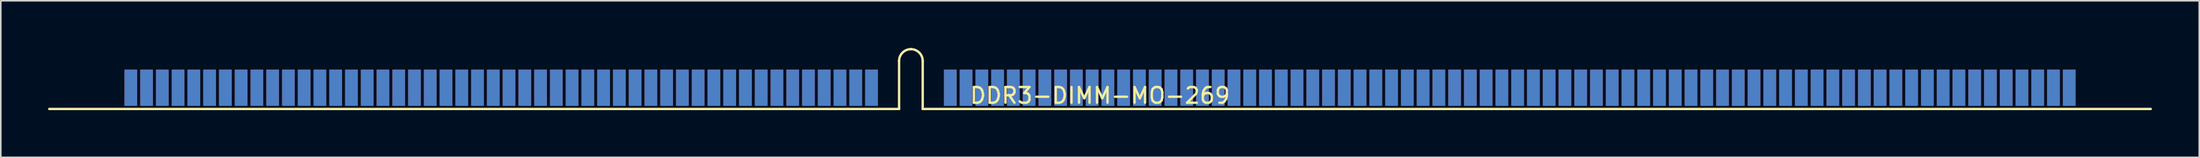
<source format=kicad_pcb>
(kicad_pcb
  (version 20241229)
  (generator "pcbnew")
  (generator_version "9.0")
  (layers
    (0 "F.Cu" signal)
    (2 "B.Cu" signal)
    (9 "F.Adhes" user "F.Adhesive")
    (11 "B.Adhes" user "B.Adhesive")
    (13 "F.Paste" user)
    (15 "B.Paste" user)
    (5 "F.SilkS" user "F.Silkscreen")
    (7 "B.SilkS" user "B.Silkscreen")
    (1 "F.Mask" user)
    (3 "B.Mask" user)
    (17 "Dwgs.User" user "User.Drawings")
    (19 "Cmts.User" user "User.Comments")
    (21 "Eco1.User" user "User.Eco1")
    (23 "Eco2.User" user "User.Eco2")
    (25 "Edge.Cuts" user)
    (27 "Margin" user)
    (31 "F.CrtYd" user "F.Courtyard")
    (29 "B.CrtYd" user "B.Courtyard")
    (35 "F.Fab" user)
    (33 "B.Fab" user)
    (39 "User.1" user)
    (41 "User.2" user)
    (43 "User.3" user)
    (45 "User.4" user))
  (footprint "DDR3-DIMM-MO-269"
    (layer "F.Cu")
    (at 66.75 2.525)
    (property "Reference" "DDR3-DIMM-MO-269" (at 0 0.5 0) (layer "F.SilkS") (effects (font (size 1 1) (thickness 0.15))))
    (attr through_hole)
    (fp_line (start -12.75 1.35) (end -66.675 1.35) (stroke (width 0.15) (type solid)) (layer "F.SilkS"))
    (fp_line (start -12.75 1.35) (end -12.75 -1.7) (stroke (width 0.15) (type solid)) (layer "F.SilkS"))
    (fp_line (start -11.25 1.35) (end -11.25 -1.7) (stroke (width 0.15) (type solid)) (layer "F.SilkS"))
    (fp_line (start -11.25 1.35) (end 0 1.35) (stroke (width 0.15) (type solid)) (layer "F.SilkS"))
    (fp_line (start 0 1.35) (end 66.675 1.35) (stroke (width 0.15) (type solid)) (layer "F.SilkS"))
    (fp_arc (start -12.75 -1.7) (mid -12.53033 -2.23033) (end -12 -2.45) (stroke (width 0.15) (type solid)) (layer "F.SilkS"))
    (fp_arc (start -12 -2.45) (mid -11.46967 -2.23033) (end -11.25 -1.7) (stroke (width 0.15) (type solid)) (layer "F.SilkS"))
    (pad "1" smd rect (at -61.5 0) (size 0.8 2.3) (layers "F.Cu" "F.Mask" "F.Paste"))
    (pad "2" smd rect (at -60.5 0) (size 0.8 2.3) (layers "F.Cu" "F.Mask" "F.Paste"))
    (pad "3" smd rect (at -59.5 0) (size 0.8 2.3) (layers "F.Cu" "F.Mask" "F.Paste"))
    (pad "4" smd rect (at -58.5 0) (size 0.8 2.3) (layers "F.Cu" "F.Mask" "F.Paste"))
    (pad "5" smd rect (at -57.5 0) (size 0.8 2.3) (layers "F.Cu" "F.Mask" "F.Paste"))
    (pad "6" smd rect (at -56.5 0) (size 0.8 2.3) (layers "F.Cu" "F.Mask" "F.Paste"))
    (pad "7" smd rect (at -55.5 0) (size 0.8 2.3) (layers "F.Cu" "F.Mask" "F.Paste"))
    (pad "8" smd rect (at -54.5 0) (size 0.8 2.3) (layers "F.Cu" "F.Mask" "F.Paste"))
    (pad "9" smd rect (at -53.5 0) (size 0.8 2.3) (layers "F.Cu" "F.Mask" "F.Paste"))
    (pad "10" smd rect (at -52.5 0) (size 0.8 2.3) (layers "F.Cu" "F.Mask" "F.Paste"))
    (pad "11" smd rect (at -51.5 0) (size 0.8 2.3) (layers "F.Cu" "F.Mask" "F.Paste"))
    (pad "12" smd rect (at -50.5 0) (size 0.8 2.3) (layers "F.Cu" "F.Mask" "F.Paste"))
    (pad "13" smd rect (at -49.5 0) (size 0.8 2.3) (layers "F.Cu" "F.Mask" "F.Paste"))
    (pad "14" smd rect (at -48.5 0) (size 0.8 2.3) (layers "F.Cu" "F.Mask" "F.Paste"))
    (pad "15" smd rect (at -47.5 0) (size 0.8 2.3) (layers "F.Cu" "F.Mask" "F.Paste"))
    (pad "16" smd rect (at -46.5 0) (size 0.8 2.3) (layers "F.Cu" "F.Mask" "F.Paste"))
    (pad "17" smd rect (at -45.5 0) (size 0.8 2.3) (layers "F.Cu" "F.Mask" "F.Paste"))
    (pad "18" smd rect (at -44.5 0) (size 0.8 2.3) (layers "F.Cu" "F.Mask" "F.Paste"))
    (pad "19" smd rect (at -43.5 0) (size 0.8 2.3) (layers "F.Cu" "F.Mask" "F.Paste"))
    (pad "20" smd rect (at -42.5 0) (size 0.8 2.3) (layers "F.Cu" "F.Mask" "F.Paste"))
    (pad "21" smd rect (at -41.5 0) (size 0.8 2.3) (layers "F.Cu" "F.Mask" "F.Paste"))
    (pad "22" smd rect (at -40.5 0) (size 0.8 2.3) (layers "F.Cu" "F.Mask" "F.Paste"))
    (pad "23" smd rect (at -39.5 0) (size 0.8 2.3) (layers "F.Cu" "F.Mask" "F.Paste"))
    (pad "24" smd rect (at -38.5 0) (size 0.8 2.3) (layers "F.Cu" "F.Mask" "F.Paste"))
    (pad "25" smd rect (at -37.5 0) (size 0.8 2.3) (layers "F.Cu" "F.Mask" "F.Paste"))
    (pad "26" smd rect (at -36.5 0) (size 0.8 2.3) (layers "F.Cu" "F.Mask" "F.Paste"))
    (pad "27" smd rect (at -35.5 0) (size 0.8 2.3) (layers "F.Cu" "F.Mask" "F.Paste"))
    (pad "28" smd rect (at -34.5 0) (size 0.8 2.3) (layers "F.Cu" "F.Mask" "F.Paste"))
    (pad "29" smd rect (at -33.5 0) (size 0.8 2.3) (layers "F.Cu" "F.Mask" "F.Paste"))
    (pad "30" smd rect (at -32.5 0) (size 0.8 2.3) (layers "F.Cu" "F.Mask" "F.Paste"))
    (pad "31" smd rect (at -31.5 0) (size 0.8 2.3) (layers "F.Cu" "F.Mask" "F.Paste"))
    (pad "32" smd rect (at -30.5 0) (size 0.8 2.3) (layers "F.Cu" "F.Mask" "F.Paste"))
    (pad "33" smd rect (at -29.5 0) (size 0.8 2.3) (layers "F.Cu" "F.Mask" "F.Paste"))
    (pad "34" smd rect (at -28.5 0) (size 0.8 2.3) (layers "F.Cu" "F.Mask" "F.Paste"))
    (pad "35" smd rect (at -27.5 0) (size 0.8 2.3) (layers "F.Cu" "F.Mask" "F.Paste"))
    (pad "36" smd rect (at -26.5 0) (size 0.8 2.3) (layers "F.Cu" "F.Mask" "F.Paste"))
    (pad "37" smd rect (at -25.5 0) (size 0.8 2.3) (layers "F.Cu" "F.Mask" "F.Paste"))
    (pad "38" smd rect (at -24.5 0) (size 0.8 2.3) (layers "F.Cu" "F.Mask" "F.Paste"))
    (pad "39" smd rect (at -23.5 0) (size 0.8 2.3) (layers "F.Cu" "F.Mask" "F.Paste"))
    (pad "40" smd rect (at -22.5 0) (size 0.8 2.3) (layers "F.Cu" "F.Mask" "F.Paste"))
    (pad "41" smd rect (at -21.5 0) (size 0.8 2.3) (layers "F.Cu" "F.Mask" "F.Paste"))
    (pad "42" smd rect (at -20.5 0) (size 0.8 2.3) (layers "F.Cu" "F.Mask" "F.Paste"))
    (pad "43" smd rect (at -19.5 0) (size 0.8 2.3) (layers "F.Cu" "F.Mask" "F.Paste"))
    (pad "44" smd rect (at -18.5 0) (size 0.8 2.3) (layers "F.Cu" "F.Mask" "F.Paste"))
    (pad "45" smd rect (at -17.5 0) (size 0.8 2.3) (layers "F.Cu" "F.Mask" "F.Paste"))
    (pad "46" smd rect (at -16.5 0) (size 0.8 2.3) (layers "F.Cu" "F.Mask" "F.Paste"))
    (pad "47" smd rect (at -15.5 0) (size 0.8 2.3) (layers "F.Cu" "F.Mask" "F.Paste"))
    (pad "48" smd rect (at -14.5 0) (size 0.8 2.3) (layers "F.Cu" "F.Mask" "F.Paste"))
    (pad "49" smd rect (at -9.5 0) (size 0.8 2.3) (layers "F.Cu" "F.Mask" "F.Paste"))
    (pad "50" smd rect (at -8.5 0) (size 0.8 2.3) (layers "F.Cu" "F.Mask" "F.Paste"))
    (pad "51" smd rect (at -7.5 0) (size 0.8 2.3) (layers "F.Cu" "F.Mask" "F.Paste"))
    (pad "52" smd rect (at -6.5 0) (size 0.8 2.3) (layers "F.Cu" "F.Mask" "F.Paste"))
    (pad "53" smd rect (at -5.5 0) (size 0.8 2.3) (layers "F.Cu" "F.Mask" "F.Paste"))
    (pad "54" smd rect (at -4.5 0) (size 0.8 2.3) (layers "F.Cu" "F.Mask" "F.Paste"))
    (pad "55" smd rect (at -3.5 0) (size 0.8 2.3) (layers "F.Cu" "F.Mask" "F.Paste"))
    (pad "56" smd rect (at -2.5 0) (size 0.8 2.3) (layers "F.Cu" "F.Mask" "F.Paste"))
    (pad "57" smd rect (at -1.5 0) (size 0.8 2.3) (layers "F.Cu" "F.Mask" "F.Paste"))
    (pad "58" smd rect (at -0.5 0) (size 0.8 2.3) (layers "F.Cu" "F.Mask" "F.Paste"))
    (pad "59" smd rect (at 0.5 0) (size 0.8 2.3) (layers "F.Cu" "F.Mask" "F.Paste"))
    (pad "60" smd rect (at 1.5 0) (size 0.8 2.3) (layers "F.Cu" "F.Mask" "F.Paste"))
    (pad "61" smd rect (at 2.5 0) (size 0.8 2.3) (layers "F.Cu" "F.Mask" "F.Paste"))
    (pad "62" smd rect (at 3.5 0) (size 0.8 2.3) (layers "F.Cu" "F.Mask" "F.Paste"))
    (pad "63" smd rect (at 4.5 0) (size 0.8 2.3) (layers "F.Cu" "F.Mask" "F.Paste"))
    (pad "64" smd rect (at 5.5 0) (size 0.8 2.3) (layers "F.Cu" "F.Mask" "F.Paste"))
    (pad "65" smd rect (at 6.5 0) (size 0.8 2.3) (layers "F.Cu" "F.Mask" "F.Paste"))
    (pad "66" smd rect (at 7.5 0) (size 0.8 2.3) (layers "F.Cu" "F.Mask" "F.Paste"))
    (pad "67" smd rect (at 8.5 0) (size 0.8 2.3) (layers "F.Cu" "F.Mask" "F.Paste"))
    (pad "68" smd rect (at 9.5 0) (size 0.8 2.3) (layers "F.Cu" "F.Mask" "F.Paste"))
    (pad "69" smd rect (at 10.5 0) (size 0.8 2.3) (layers "F.Cu" "F.Mask" "F.Paste"))
    (pad "70" smd rect (at 11.5 0) (size 0.8 2.3) (layers "F.Cu" "F.Mask" "F.Paste"))
    (pad "71" smd rect (at 12.5 0) (size 0.8 2.3) (layers "F.Cu" "F.Mask" "F.Paste"))
    (pad "72" smd rect (at 13.5 0) (size 0.8 2.3) (layers "F.Cu" "F.Mask" "F.Paste"))
    (pad "73" smd rect (at 14.5 0) (size 0.8 2.3) (layers "F.Cu" "F.Mask" "F.Paste"))
    (pad "74" smd rect (at 15.5 0) (size 0.8 2.3) (layers "F.Cu" "F.Mask" "F.Paste"))
    (pad "75" smd rect (at 16.5 0) (size 0.8 2.3) (layers "F.Cu" "F.Mask" "F.Paste"))
    (pad "76" smd rect (at 17.5 0) (size 0.8 2.3) (layers "F.Cu" "F.Mask" "F.Paste"))
    (pad "77" smd rect (at 18.5 0) (size 0.8 2.3) (layers "F.Cu" "F.Mask" "F.Paste"))
    (pad "78" smd rect (at 19.5 0) (size 0.8 2.3) (layers "F.Cu" "F.Mask" "F.Paste"))
    (pad "79" smd rect (at 20.5 0) (size 0.8 2.3) (layers "F.Cu" "F.Mask" "F.Paste"))
    (pad "80" smd rect (at 21.5 0) (size 0.8 2.3) (layers "F.Cu" "F.Mask" "F.Paste"))
    (pad "81" smd rect (at 22.5 0) (size 0.8 2.3) (layers "F.Cu" "F.Mask" "F.Paste"))
    (pad "82" smd rect (at 23.5 0) (size 0.8 2.3) (layers "F.Cu" "F.Mask" "F.Paste"))
    (pad "83" smd rect (at 24.5 0) (size 0.8 2.3) (layers "F.Cu" "F.Mask" "F.Paste"))
    (pad "84" smd rect (at 25.5 0) (size 0.8 2.3) (layers "F.Cu" "F.Mask" "F.Paste"))
    (pad "85" smd rect (at 26.5 0) (size 0.8 2.3) (layers "F.Cu" "F.Mask" "F.Paste"))
    (pad "86" smd rect (at 27.5 0) (size 0.8 2.3) (layers "F.Cu" "F.Mask" "F.Paste"))
    (pad "87" smd rect (at 28.5 0) (size 0.8 2.3) (layers "F.Cu" "F.Mask" "F.Paste"))
    (pad "88" smd rect (at 29.5 0) (size 0.8 2.3) (layers "F.Cu" "F.Mask" "F.Paste"))
    (pad "89" smd rect (at 30.5 0) (size 0.8 2.3) (layers "F.Cu" "F.Mask" "F.Paste"))
    (pad "90" smd rect (at 31.5 0) (size 0.8 2.3) (layers "F.Cu" "F.Mask" "F.Paste"))
    (pad "91" smd rect (at 32.5 0) (size 0.8 2.3) (layers "F.Cu" "F.Mask" "F.Paste"))
    (pad "92" smd rect (at 33.5 0) (size 0.8 2.3) (layers "F.Cu" "F.Mask" "F.Paste"))
    (pad "93" smd rect (at 34.5 0) (size 0.8 2.3) (layers "F.Cu" "F.Mask" "F.Paste"))
    (pad "94" smd rect (at 35.5 0) (size 0.8 2.3) (layers "F.Cu" "F.Mask" "F.Paste"))
    (pad "95" smd rect (at 36.5 0) (size 0.8 2.3) (layers "F.Cu" "F.Mask" "F.Paste"))
    (pad "96" smd rect (at 37.5 0) (size 0.8 2.3) (layers "F.Cu" "F.Mask" "F.Paste"))
    (pad "97" smd rect (at 38.5 0) (size 0.8 2.3) (layers "F.Cu" "F.Mask" "F.Paste"))
    (pad "98" smd rect (at 39.5 0) (size 0.8 2.3) (layers "F.Cu" "F.Mask" "F.Paste"))
    (pad "99" smd rect (at 40.5 0) (size 0.8 2.3) (layers "F.Cu" "F.Mask" "F.Paste"))
    (pad "100" smd rect (at 41.5 0) (size 0.8 2.3) (layers "F.Cu" "F.Mask" "F.Paste"))
    (pad "101" smd rect (at 42.5 0) (size 0.8 2.3) (layers "F.Cu" "F.Mask" "F.Paste"))
    (pad "102" smd rect (at 43.5 0) (size 0.8 2.3) (layers "F.Cu" "F.Mask" "F.Paste"))
    (pad "103" smd rect (at 44.5 0) (size 0.8 2.3) (layers "F.Cu" "F.Mask" "F.Paste"))
    (pad "104" smd rect (at 45.5 0) (size 0.8 2.3) (layers "F.Cu" "F.Mask" "F.Paste"))
    (pad "105" smd rect (at 46.5 0) (size 0.8 2.3) (layers "F.Cu" "F.Mask" "F.Paste"))
    (pad "106" smd rect (at 47.5 0) (size 0.8 2.3) (layers "F.Cu" "F.Mask" "F.Paste"))
    (pad "107" smd rect (at 48.5 0) (size 0.8 2.3) (layers "F.Cu" "F.Mask" "F.Paste"))
    (pad "108" smd rect (at 49.5 0) (size 0.8 2.3) (layers "F.Cu" "F.Mask" "F.Paste"))
    (pad "109" smd rect (at 50.5 0) (size 0.8 2.3) (layers "F.Cu" "F.Mask" "F.Paste"))
    (pad "110" smd rect (at 51.5 0) (size 0.8 2.3) (layers "F.Cu" "F.Mask" "F.Paste"))
    (pad "111" smd rect (at 52.5 0) (size 0.8 2.3) (layers "F.Cu" "F.Mask" "F.Paste"))
    (pad "112" smd rect (at 53.5 0) (size 0.8 2.3) (layers "F.Cu" "F.Mask" "F.Paste"))
    (pad "113" smd rect (at 54.5 0) (size 0.8 2.3) (layers "F.Cu" "F.Mask" "F.Paste"))
    (pad "114" smd rect (at 55.5 0) (size 0.8 2.3) (layers "F.Cu" "F.Mask" "F.Paste"))
    (pad "115" smd rect (at 56.5 0) (size 0.8 2.3) (layers "F.Cu" "F.Mask" "F.Paste"))
    (pad "116" smd rect (at 57.5 0) (size 0.8 2.3) (layers "F.Cu" "F.Mask" "F.Paste"))
    (pad "117" smd rect (at 58.5 0) (size 0.8 2.3) (layers "F.Cu" "F.Mask" "F.Paste"))
    (pad "118" smd rect (at 59.5 0) (size 0.8 2.3) (layers "F.Cu" "F.Mask" "F.Paste"))
    (pad "119" smd rect (at 60.5 0) (size 0.8 2.3) (layers "F.Cu" "F.Mask" "F.Paste"))
    (pad "120" smd rect (at 61.5 0) (size 0.8 2.3) (layers "F.Cu" "F.Mask" "F.Paste"))
    (pad "121" smd rect (at -61.5 0) (size 0.8 2.3) (layers "F.Mask" "B.Cu" "F.Paste"))
    (pad "122" smd rect (at -60.5 0) (size 0.8 2.3) (layers "F.Mask" "B.Cu" "F.Paste"))
    (pad "123" smd rect (at -59.5 0) (size 0.8 2.3) (layers "F.Mask" "B.Cu" "F.Paste"))
    (pad "124" smd rect (at -58.5 0) (size 0.8 2.3) (layers "F.Mask" "B.Cu" "F.Paste"))
    (pad "125" smd rect (at -57.5 0) (size 0.8 2.3) (layers "F.Mask" "B.Cu" "F.Paste"))
    (pad "126" smd rect (at -56.5 0) (size 0.8 2.3) (layers "F.Mask" "B.Cu" "F.Paste"))
    (pad "127" smd rect (at -55.5 0) (size 0.8 2.3) (layers "F.Mask" "B.Cu" "F.Paste"))
    (pad "128" smd rect (at -54.5 0) (size 0.8 2.3) (layers "F.Mask" "B.Cu" "F.Paste"))
    (pad "129" smd rect (at -53.5 0) (size 0.8 2.3) (layers "F.Mask" "B.Cu" "F.Paste"))
    (pad "130" smd rect (at -52.5 0) (size 0.8 2.3) (layers "F.Mask" "B.Cu" "F.Paste"))
    (pad "131" smd rect (at -51.5 0) (size 0.8 2.3) (layers "F.Mask" "B.Cu" "F.Paste"))
    (pad "132" smd rect (at -50.5 0) (size 0.8 2.3) (layers "F.Mask" "B.Cu" "F.Paste"))
    (pad "133" smd rect (at -49.5 0) (size 0.8 2.3) (layers "F.Mask" "B.Cu" "F.Paste"))
    (pad "134" smd rect (at -48.5 0) (size 0.8 2.3) (layers "F.Mask" "B.Cu" "F.Paste"))
    (pad "135" smd rect (at -47.5 0) (size 0.8 2.3) (layers "F.Mask" "B.Cu" "F.Paste"))
    (pad "136" smd rect (at -46.5 0) (size 0.8 2.3) (layers "F.Mask" "B.Cu" "F.Paste"))
    (pad "137" smd rect (at -45.5 0) (size 0.8 2.3) (layers "F.Mask" "B.Cu" "F.Paste"))
    (pad "138" smd rect (at -44.5 0) (size 0.8 2.3) (layers "F.Mask" "B.Cu" "F.Paste"))
    (pad "139" smd rect (at -43.5 0) (size 0.8 2.3) (layers "F.Mask" "B.Cu" "F.Paste"))
    (pad "140" smd rect (at -42.5 0) (size 0.8 2.3) (layers "F.Mask" "B.Cu" "F.Paste"))
    (pad "141" smd rect (at -41.5 0) (size 0.8 2.3) (layers "F.Mask" "B.Cu" "F.Paste"))
    (pad "142" smd rect (at -40.5 0) (size 0.8 2.3) (layers "F.Mask" "B.Cu" "F.Paste"))
    (pad "143" smd rect (at -39.5 0) (size 0.8 2.3) (layers "F.Mask" "B.Cu" "F.Paste"))
    (pad "144" smd rect (at -38.5 0) (size 0.8 2.3) (layers "F.Mask" "B.Cu" "F.Paste"))
    (pad "145" smd rect (at -37.5 0) (size 0.8 2.3) (layers "F.Mask" "B.Cu" "F.Paste"))
    (pad "146" smd rect (at -36.5 0) (size 0.8 2.3) (layers "F.Mask" "B.Cu" "F.Paste"))
    (pad "147" smd rect (at -35.5 0) (size 0.8 2.3) (layers "F.Mask" "B.Cu" "F.Paste"))
    (pad "148" smd rect (at -34.5 0) (size 0.8 2.3) (layers "F.Mask" "B.Cu" "F.Paste"))
    (pad "149" smd rect (at -33.5 0) (size 0.8 2.3) (layers "F.Mask" "B.Cu" "F.Paste"))
    (pad "150" smd rect (at -32.5 0) (size 0.8 2.3) (layers "F.Mask" "B.Cu" "F.Paste"))
    (pad "151" smd rect (at -31.5 0) (size 0.8 2.3) (layers "F.Mask" "B.Cu" "F.Paste"))
    (pad "152" smd rect (at -30.5 0) (size 0.8 2.3) (layers "F.Mask" "B.Cu" "F.Paste"))
    (pad "153" smd rect (at -29.5 0) (size 0.8 2.3) (layers "F.Mask" "B.Cu" "F.Paste"))
    (pad "154" smd rect (at -28.5 0) (size 0.8 2.3) (layers "F.Mask" "B.Cu" "F.Paste"))
    (pad "155" smd rect (at -27.5 0) (size 0.8 2.3) (layers "F.Mask" "B.Cu" "F.Paste"))
    (pad "156" smd rect (at -26.5 0) (size 0.8 2.3) (layers "F.Mask" "B.Cu" "F.Paste"))
    (pad "157" smd rect (at -25.5 0) (size 0.8 2.3) (layers "F.Mask" "B.Cu" "F.Paste"))
    (pad "158" smd rect (at -24.5 0) (size 0.8 2.3) (layers "F.Mask" "B.Cu" "F.Paste"))
    (pad "159" smd rect (at -23.5 0) (size 0.8 2.3) (layers "F.Mask" "B.Cu" "F.Paste"))
    (pad "160" smd rect (at -22.5 0) (size 0.8 2.3) (layers "F.Mask" "B.Cu" "F.Paste"))
    (pad "161" smd rect (at -21.5 0) (size 0.8 2.3) (layers "F.Mask" "B.Cu" "F.Paste"))
    (pad "162" smd rect (at -20.5 0) (size 0.8 2.3) (layers "F.Mask" "B.Cu" "F.Paste"))
    (pad "163" smd rect (at -19.5 0) (size 0.8 2.3) (layers "F.Mask" "B.Cu" "F.Paste"))
    (pad "164" smd rect (at -18.5 0) (size 0.8 2.3) (layers "F.Mask" "B.Cu" "F.Paste"))
    (pad "165" smd rect (at -17.5 0) (size 0.8 2.3) (layers "F.Mask" "B.Cu" "F.Paste"))
    (pad "166" smd rect (at -16.5 0) (size 0.8 2.3) (layers "F.Mask" "B.Cu" "F.Paste"))
    (pad "167" smd rect (at -15.5 0) (size 0.8 2.3) (layers "F.Mask" "B.Cu" "F.Paste"))
    (pad "168" smd rect (at -14.5 0) (size 0.8 2.3) (layers "F.Mask" "B.Cu" "F.Paste"))
    (pad "169" smd rect (at -9.5 0) (size 0.8 2.3) (layers "F.Mask" "B.Cu" "F.Paste"))
    (pad "170" smd rect (at -8.5 0) (size 0.8 2.3) (layers "F.Mask" "B.Cu" "F.Paste"))
    (pad "171" smd rect (at -7.5 0) (size 0.8 2.3) (layers "F.Mask" "B.Cu" "F.Paste"))
    (pad "172" smd rect (at -6.5 0) (size 0.8 2.3) (layers "F.Mask" "B.Cu" "F.Paste"))
    (pad "173" smd rect (at -5.5 0) (size 0.8 2.3) (layers "F.Mask" "B.Cu" "F.Paste"))
    (pad "174" smd rect (at -4.5 0) (size 0.8 2.3) (layers "F.Mask" "B.Cu" "F.Paste"))
    (pad "175" smd rect (at -3.5 0) (size 0.8 2.3) (layers "F.Mask" "B.Cu" "F.Paste"))
    (pad "176" smd rect (at -2.5 0) (size 0.8 2.3) (layers "F.Mask" "B.Cu" "F.Paste"))
    (pad "177" smd rect (at -1.5 0) (size 0.8 2.3) (layers "F.Mask" "B.Cu" "F.Paste"))
    (pad "178" smd rect (at -0.5 0) (size 0.8 2.3) (layers "F.Mask" "B.Cu" "F.Paste"))
    (pad "179" smd rect (at 0.5 0) (size 0.8 2.3) (layers "F.Mask" "B.Cu" "F.Paste"))
    (pad "180" smd rect (at 1.5 0) (size 0.8 2.3) (layers "F.Mask" "B.Cu" "F.Paste"))
    (pad "181" smd rect (at 2.5 0) (size 0.8 2.3) (layers "F.Mask" "B.Cu" "F.Paste"))
    (pad "182" smd rect (at 3.5 0) (size 0.8 2.3) (layers "F.Mask" "B.Cu" "F.Paste"))
    (pad "183" smd rect (at 4.5 0) (size 0.8 2.3) (layers "F.Mask" "B.Cu" "F.Paste"))
    (pad "184" smd rect (at 5.5 0) (size 0.8 2.3) (layers "F.Mask" "B.Cu" "F.Paste"))
    (pad "185" smd rect (at 6.5 0) (size 0.8 2.3) (layers "F.Mask" "B.Cu" "F.Paste"))
    (pad "186" smd rect (at 7.5 0) (size 0.8 2.3) (layers "F.Mask" "B.Cu" "F.Paste"))
    (pad "187" smd rect (at 8.5 0) (size 0.8 2.3) (layers "F.Mask" "B.Cu" "F.Paste"))
    (pad "188" smd rect (at 9.5 0) (size 0.8 2.3) (layers "F.Mask" "B.Cu" "F.Paste"))
    (pad "189" smd rect (at 10.5 0) (size 0.8 2.3) (layers "F.Mask" "B.Cu" "F.Paste"))
    (pad "190" smd rect (at 11.5 0) (size 0.8 2.3) (layers "F.Mask" "B.Cu" "F.Paste"))
    (pad "191" smd rect (at 12.5 0) (size 0.8 2.3) (layers "F.Mask" "B.Cu" "F.Paste"))
    (pad "192" smd rect (at 13.5 0) (size 0.8 2.3) (layers "F.Mask" "B.Cu" "F.Paste"))
    (pad "193" smd rect (at 14.5 0) (size 0.8 2.3) (layers "F.Mask" "B.Cu" "F.Paste"))
    (pad "194" smd rect (at 15.5 0) (size 0.8 2.3) (layers "F.Mask" "B.Cu" "F.Paste"))
    (pad "195" smd rect (at 16.5 0) (size 0.8 2.3) (layers "F.Mask" "B.Cu" "F.Paste"))
    (pad "196" smd rect (at 17.5 0) (size 0.8 2.3) (layers "F.Mask" "B.Cu" "F.Paste"))
    (pad "197" smd rect (at 18.5 0) (size 0.8 2.3) (layers "F.Mask" "B.Cu" "F.Paste"))
    (pad "198" smd rect (at 19.5 0) (size 0.8 2.3) (layers "F.Mask" "B.Cu" "F.Paste"))
    (pad "199" smd rect (at 20.5 0) (size 0.8 2.3) (layers "F.Mask" "B.Cu" "F.Paste"))
    (pad "200" smd rect (at 21.5 0) (size 0.8 2.3) (layers "F.Mask" "B.Cu" "F.Paste"))
    (pad "201" smd rect (at 22.5 0) (size 0.8 2.3) (layers "F.Mask" "B.Cu" "F.Paste"))
    (pad "202" smd rect (at 23.5 0) (size 0.8 2.3) (layers "F.Mask" "B.Cu" "F.Paste"))
    (pad "203" smd rect (at 24.5 0) (size 0.8 2.3) (layers "F.Mask" "B.Cu" "F.Paste"))
    (pad "204" smd rect (at 25.5 0) (size 0.8 2.3) (layers "F.Mask" "B.Cu" "F.Paste"))
    (pad "205" smd rect (at 26.5 0) (size 0.8 2.3) (layers "F.Mask" "B.Cu" "F.Paste"))
    (pad "206" smd rect (at 27.5 0) (size 0.8 2.3) (layers "F.Mask" "B.Cu" "F.Paste"))
    (pad "207" smd rect (at 28.5 0) (size 0.8 2.3) (layers "F.Mask" "B.Cu" "F.Paste"))
    (pad "208" smd rect (at 29.5 0) (size 0.8 2.3) (layers "F.Mask" "B.Cu" "F.Paste"))
    (pad "209" smd rect (at 30.5 0) (size 0.8 2.3) (layers "F.Mask" "B.Cu" "F.Paste"))
    (pad "210" smd rect (at 31.5 0) (size 0.8 2.3) (layers "F.Mask" "B.Cu" "F.Paste"))
    (pad "211" smd rect (at 32.5 0) (size 0.8 2.3) (layers "F.Mask" "B.Cu" "F.Paste"))
    (pad "212" smd rect (at 33.5 0) (size 0.8 2.3) (layers "F.Mask" "B.Cu" "F.Paste"))
    (pad "213" smd rect (at 34.5 0) (size 0.8 2.3) (layers "F.Mask" "B.Cu" "F.Paste"))
    (pad "214" smd rect (at 35.5 0) (size 0.8 2.3) (layers "F.Mask" "B.Cu" "F.Paste"))
    (pad "215" smd rect (at 36.5 0) (size 0.8 2.3) (layers "F.Mask" "B.Cu" "F.Paste"))
    (pad "216" smd rect (at 37.5 0) (size 0.8 2.3) (layers "F.Mask" "B.Cu" "F.Paste"))
    (pad "217" smd rect (at 38.5 0) (size 0.8 2.3) (layers "F.Mask" "B.Cu" "F.Paste"))
    (pad "218" smd rect (at 39.5 0) (size 0.8 2.3) (layers "F.Mask" "B.Cu" "F.Paste"))
    (pad "219" smd rect (at 40.5 0) (size 0.8 2.3) (layers "F.Mask" "B.Cu" "F.Paste"))
    (pad "220" smd rect (at 41.5 0) (size 0.8 2.3) (layers "F.Mask" "B.Cu" "F.Paste"))
    (pad "221" smd rect (at 42.5 0) (size 0.8 2.3) (layers "F.Mask" "B.Cu" "F.Paste"))
    (pad "222" smd rect (at 43.5 0) (size 0.8 2.3) (layers "F.Mask" "B.Cu" "F.Paste"))
    (pad "223" smd rect (at 44.5 0) (size 0.8 2.3) (layers "F.Mask" "B.Cu" "F.Paste"))
    (pad "224" smd rect (at 45.5 0) (size 0.8 2.3) (layers "F.Mask" "B.Cu" "F.Paste"))
    (pad "225" smd rect (at 46.5 0) (size 0.8 2.3) (layers "F.Mask" "B.Cu" "F.Paste"))
    (pad "226" smd rect (at 47.5 0) (size 0.8 2.3) (layers "F.Mask" "B.Cu" "F.Paste"))
    (pad "227" smd rect (at 48.5 0) (size 0.8 2.3) (layers "F.Mask" "B.Cu" "F.Paste"))
    (pad "228" smd rect (at 49.5 0) (size 0.8 2.3) (layers "F.Mask" "B.Cu" "F.Paste"))
    (pad "229" smd rect (at 50.5 0) (size 0.8 2.3) (layers "F.Mask" "B.Cu" "F.Paste"))
    (pad "230" smd rect (at 51.5 0) (size 0.8 2.3) (layers "F.Mask" "B.Cu" "F.Paste"))
    (pad "231" smd rect (at 52.5 0) (size 0.8 2.3) (layers "F.Mask" "B.Cu" "F.Paste"))
    (pad "232" smd rect (at 53.5 0) (size 0.8 2.3) (layers "F.Mask" "B.Cu" "F.Paste"))
    (pad "233" smd rect (at 54.5 0) (size 0.8 2.3) (layers "F.Mask" "B.Cu" "F.Paste"))
    (pad "234" smd rect (at 55.5 0) (size 0.8 2.3) (layers "F.Mask" "B.Cu" "F.Paste"))
    (pad "235" smd rect (at 56.5 0) (size 0.8 2.3) (layers "F.Mask" "B.Cu" "F.Paste"))
    (pad "236" smd rect (at 57.5 0) (size 0.8 2.3) (layers "F.Mask" "B.Cu" "F.Paste"))
    (pad "237" smd rect (at 58.5 0) (size 0.8 2.3) (layers "F.Mask" "B.Cu" "F.Paste"))
    (pad "238" smd rect (at 59.5 0) (size 0.8 2.3) (layers "F.Mask" "B.Cu" "F.Paste"))
    (pad "239" smd rect (at 60.5 0) (size 0.8 2.3) (layers "F.Mask" "B.Cu" "F.Paste"))
    (pad "240" smd rect (at 61.5 0) (size 0.8 2.3) (layers "F.Mask" "B.Cu" "F.Paste")))
  (gr_rect
    (start -3 -3)
    (end 136.5 6.95)
    (stroke (width 0.1) (type default))
    (fill no)
    (layer "Edge.Cuts")))
</source>
